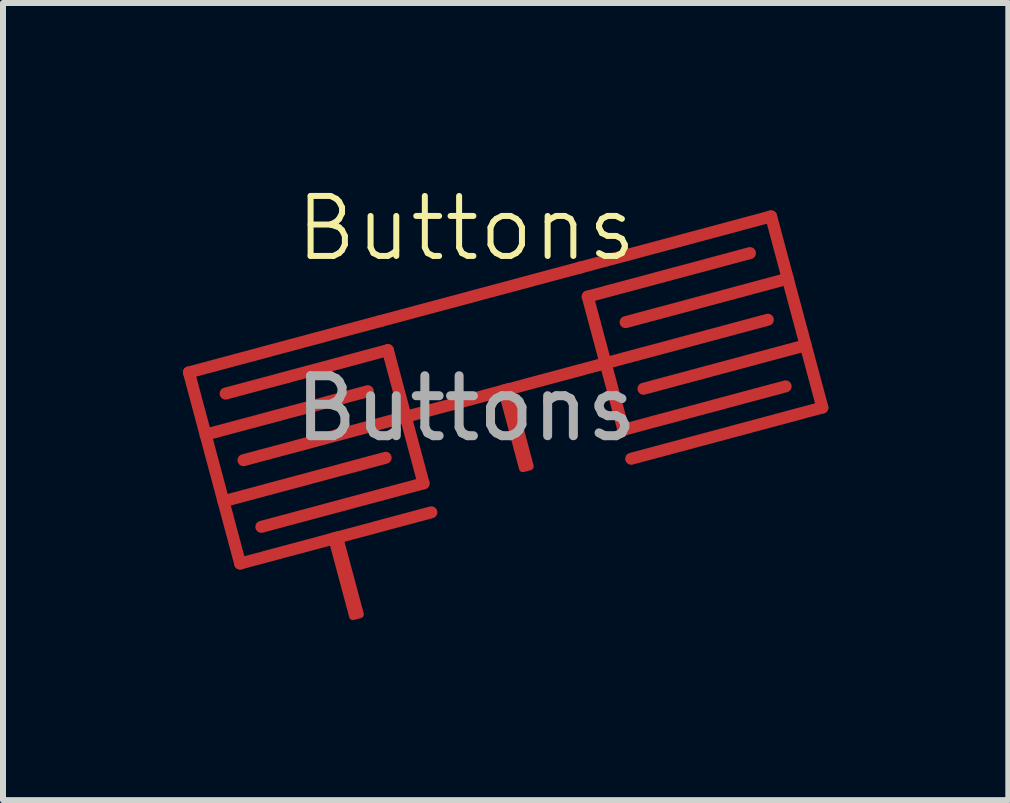
<source format=kicad_pcb>
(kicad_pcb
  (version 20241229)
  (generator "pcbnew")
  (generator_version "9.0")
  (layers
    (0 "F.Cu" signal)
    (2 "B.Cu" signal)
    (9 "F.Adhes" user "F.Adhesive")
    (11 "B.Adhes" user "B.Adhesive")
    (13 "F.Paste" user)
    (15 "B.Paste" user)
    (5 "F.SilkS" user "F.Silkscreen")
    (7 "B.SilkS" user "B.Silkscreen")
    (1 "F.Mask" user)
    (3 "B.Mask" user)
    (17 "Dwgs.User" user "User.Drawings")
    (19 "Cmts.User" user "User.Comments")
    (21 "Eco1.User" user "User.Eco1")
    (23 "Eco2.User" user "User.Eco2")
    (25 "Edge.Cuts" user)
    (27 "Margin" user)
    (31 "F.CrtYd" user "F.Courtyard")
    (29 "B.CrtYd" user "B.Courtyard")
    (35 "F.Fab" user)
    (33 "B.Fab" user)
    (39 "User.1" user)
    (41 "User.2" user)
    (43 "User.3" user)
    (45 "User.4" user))
  (footprint "Buttons"
    (layer "F.Cu")
    (at 2.174 3.43)
    (property "Reference" "Buttons" (at 2.55 -2.67 0) (unlocked yes) (layer "F.SilkS") (effects (font (size 1 1) (thickness 0.1))))
    (attr smd)
    (fp_line (start -2.074 -0.271) (end 1.113 -1.125) (stroke (width 0.2) (type default)) (layer "F.Cu"))
    (fp_line (start -1.796 0.767) (end 0.909 0.043) (stroke (width 0.2) (type default)) (layer "F.Cu"))
    (fp_line (start -1.498 1.878) (end 1.206 1.153) (stroke (width 0.2) (type default)) (layer "F.Cu"))
    (fp_line (start -1.462 0.082) (end 1.243 -0.642) (stroke (width 0.2) (type default)) (layer "F.Cu"))
    (fp_line (start -1.22 2.916) (end -2.074 -0.271) (stroke (width 0.2) (type default)) (layer "F.Cu"))
    (fp_line (start -1.22 2.916) (end 1.968 2.062) (stroke (width 0.2) (type default)) (layer "F.Cu"))
    (fp_line (start -1.164 1.193) (end 1.541 0.469) (stroke (width 0.2) (type default)) (layer "F.Cu"))
    (fp_line (start -0.866 2.304) (end 1.838 1.579) (stroke (width 0.2) (type default)) (layer "F.Cu"))
    (fp_line (start 1.113 -1.125) (end 4.446 -2.018) (stroke (width 0.2) (type default)) (layer "F.Cu"))
    (fp_line (start 1.541 0.469) (end 4.873 -0.424) (stroke (width 0.2) (type default)) (layer "F.Cu"))
    (fp_line (start 1.838 1.579) (end 1.243 -0.642) (stroke (width 0.2) (type default)) (layer "F.Cu"))
    (fp_line (start 4.575 -1.535) (end 5.171 0.686) (stroke (width 0.2) (type default)) (layer "F.Cu"))
    (fp_line (start 7.28 -2.26) (end 4.575 -1.535) (stroke (width 0.2) (type default)) (layer "F.Cu"))
    (fp_line (start 7.578 -1.149) (end 4.873 -0.424) (stroke (width 0.2) (type default)) (layer "F.Cu"))
    (fp_line (start 7.633 -2.872) (end 4.446 -2.018) (stroke (width 0.2) (type default)) (layer "F.Cu"))
    (fp_line (start 7.633 -2.872) (end 8.488 0.315) (stroke (width 0.2) (type default)) (layer "F.Cu"))
    (fp_line (start 7.875 -0.038) (end 5.171 0.686) (stroke (width 0.2) (type default)) (layer "F.Cu"))
    (fp_line (start 7.912 -1.834) (end 5.207 -1.109) (stroke (width 0.2) (type default)) (layer "F.Cu"))
    (fp_line (start 8.209 -0.723) (end 5.505 0.002) (stroke (width 0.2) (type default)) (layer "F.Cu"))
    (fp_line (start 8.488 0.315) (end 5.3 1.169) (stroke (width 0.2) (type default)) (layer "F.Cu"))
    (fp_line (start -2.074 -0.271) (end 1.113 -1.125) (stroke (width 0.2) (type default)) (layer "F.Mask"))
    (fp_line (start -1.796 0.767) (end 0.909 0.043) (stroke (width 0.2) (type default)) (layer "F.Mask"))
    (fp_line (start -1.498 1.878) (end 1.206 1.153) (stroke (width 0.2) (type default)) (layer "F.Mask"))
    (fp_line (start -1.462 0.082) (end 1.243 -0.642) (stroke (width 0.2) (type default)) (layer "F.Mask"))
    (fp_line (start -1.22 2.916) (end -2.074 -0.271) (stroke (width 0.2) (type default)) (layer "F.Mask"))
    (fp_line (start -1.22 2.916) (end 1.968 2.062) (stroke (width 0.2) (type default)) (layer "F.Mask"))
    (fp_line (start -1.164 1.193) (end 1.541 0.469) (stroke (width 0.2) (type default)) (layer "F.Mask"))
    (fp_line (start -0.866 2.304) (end 1.838 1.579) (stroke (width 0.2) (type default)) (layer "F.Mask"))
    (fp_line (start 1.113 -1.125) (end 4.446 -2.018) (stroke (width 0.2) (type default)) (layer "F.Mask"))
    (fp_line (start 1.541 0.469) (end 4.873 -0.424) (stroke (width 0.2) (type default)) (layer "F.Mask"))
    (fp_line (start 1.838 1.579) (end 1.243 -0.642) (stroke (width 0.2) (type default)) (layer "F.Mask"))
    (fp_line (start 4.575 -1.535) (end 5.171 0.686) (stroke (width 0.2) (type default)) (layer "F.Mask"))
    (fp_line (start 7.28 -2.26) (end 4.575 -1.535) (stroke (width 0.2) (type default)) (layer "F.Mask"))
    (fp_line (start 7.578 -1.149) (end 4.873 -0.424) (stroke (width 0.2) (type default)) (layer "F.Mask"))
    (fp_line (start 7.633 -2.872) (end 4.446 -2.018) (stroke (width 0.2) (type default)) (layer "F.Mask"))
    (fp_line (start 7.633 -2.872) (end 8.488 0.315) (stroke (width 0.2) (type default)) (layer "F.Mask"))
    (fp_line (start 7.875 -0.038) (end 5.171 0.686) (stroke (width 0.2) (type default)) (layer "F.Mask"))
    (fp_line (start 7.912 -1.834) (end 5.207 -1.109) (stroke (width 0.2) (type default)) (layer "F.Mask"))
    (fp_line (start 8.209 -0.723) (end 5.505 0.002) (stroke (width 0.2) (type default)) (layer "F.Mask"))
    (fp_line (start 8.488 0.315) (end 5.3 1.169) (stroke (width 0.2) (type default)) (layer "F.Mask"))
    (fp_text user "${REFERENCE}" (at 2.55 0.33 0) (unlocked yes) (layer "F.Fab") (effects (font (size 1 1) (thickness 0.15))))
    (pad "1" smd roundrect (at 0.542 3.117 15) (size 0.25 1.5) (layers "F.Cu" "F.Mask") (roundrect_rratio 0.25))
    (pad "2" smd roundrect (at 3.375 0.65 15) (size 0.25 1.5) (layers "F.Cu" "F.Mask") (roundrect_rratio 0.25)))
  (gr_rect
    (start -3 -3)
    (end 13.762 10.291)
    (stroke (width 0.1) (type default))
    (fill no)
    (layer "Edge.Cuts")))
</source>
